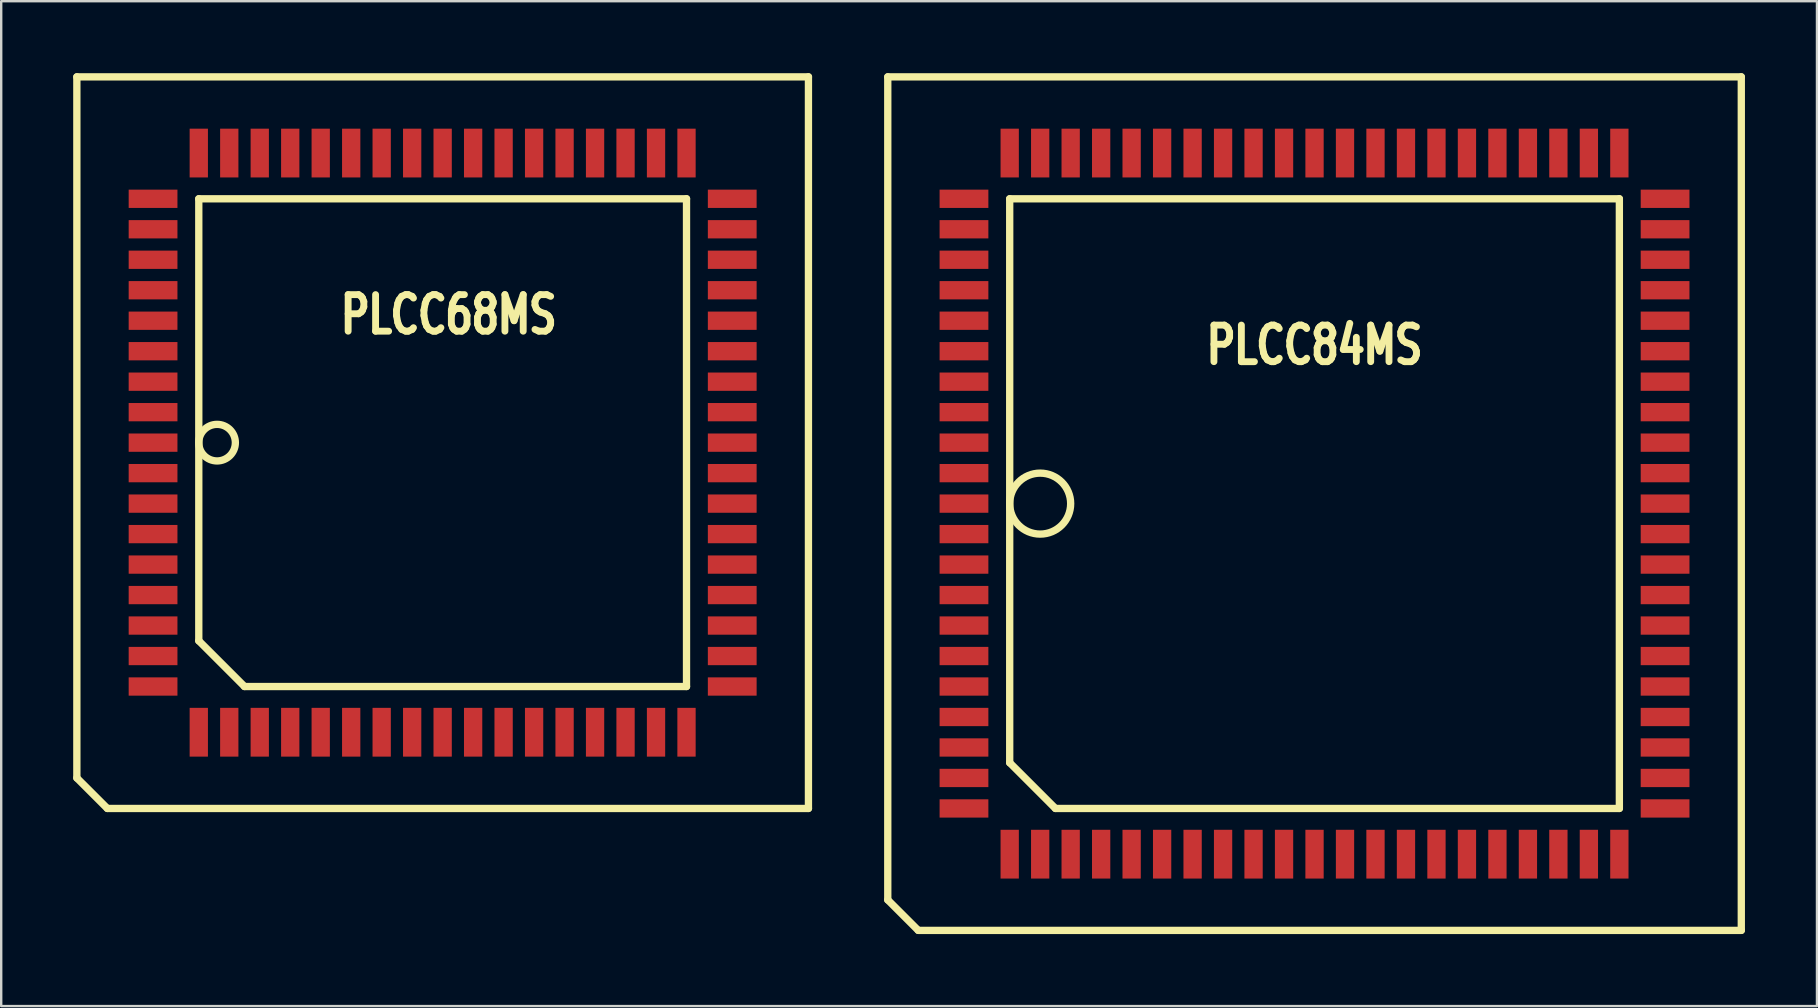
<source format=kicad_pcb>
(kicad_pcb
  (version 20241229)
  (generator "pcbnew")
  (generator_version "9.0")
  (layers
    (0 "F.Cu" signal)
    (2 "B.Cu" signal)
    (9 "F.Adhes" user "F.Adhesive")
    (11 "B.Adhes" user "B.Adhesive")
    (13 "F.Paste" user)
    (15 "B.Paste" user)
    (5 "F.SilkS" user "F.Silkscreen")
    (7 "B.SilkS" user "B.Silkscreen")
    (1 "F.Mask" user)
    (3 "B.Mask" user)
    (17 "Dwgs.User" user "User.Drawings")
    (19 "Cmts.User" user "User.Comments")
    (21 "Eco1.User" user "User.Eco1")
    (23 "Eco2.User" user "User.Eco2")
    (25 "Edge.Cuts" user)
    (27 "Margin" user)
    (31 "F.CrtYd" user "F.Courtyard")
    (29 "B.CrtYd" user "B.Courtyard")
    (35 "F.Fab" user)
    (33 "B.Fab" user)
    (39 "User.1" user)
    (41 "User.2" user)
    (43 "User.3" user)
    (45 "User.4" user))
  (footprint "PLCC68MS"
    (layer "F.Cu")
    (at 15.392 15.392)
    (property "Reference" "PLCC68MS" (at 0.254 -5.334 0) (layer "F.SilkS") (effects (font (size 1.524 1.143) (thickness 0.305))))
    (attr smd)
    (fp_line (start -15.24 -15.24) (end -15.24 13.97) (stroke (width 0.305) (type solid)) (layer "F.SilkS"))
    (fp_line (start -15.24 13.97) (end -13.97 15.24) (stroke (width 0.305) (type solid)) (layer "F.SilkS"))
    (fp_line (start -13.97 15.24) (end 15.24 15.24) (stroke (width 0.305) (type solid)) (layer "F.SilkS"))
    (fp_line (start -10.16 -10.16) (end 10.16 -10.16) (stroke (width 0.305) (type solid)) (layer "F.SilkS"))
    (fp_line (start -10.16 8.255) (end -10.16 -10.16) (stroke (width 0.305) (type solid)) (layer "F.SilkS"))
    (fp_line (start -8.255 10.16) (end -10.16 8.255) (stroke (width 0.305) (type solid)) (layer "F.SilkS"))
    (fp_line (start 10.16 -10.16) (end 10.16 10.16) (stroke (width 0.305) (type solid)) (layer "F.SilkS"))
    (fp_line (start 10.16 10.16) (end -8.255 10.16) (stroke (width 0.305) (type solid)) (layer "F.SilkS"))
    (fp_line (start 15.24 -15.24) (end -15.24 -15.24) (stroke (width 0.305) (type solid)) (layer "F.SilkS"))
    (fp_line (start 15.24 15.24) (end 15.24 -15.24) (stroke (width 0.305) (type solid)) (layer "F.SilkS"))
    (fp_circle (center -9.398 0) (end -10.16 0) (stroke (width 0.305) (type solid)) (fill no) (layer "F.SilkS"))
    (pad "1" smd rect (at -12.065 0) (size 2.032 0.762) (layers "F.Cu" "F.Mask" "F.Paste"))
    (pad "2" smd rect (at -12.065 1.27) (size 2.032 0.762) (layers "F.Cu" "F.Mask" "F.Paste"))
    (pad "3" smd rect (at -12.065 2.54) (size 2.032 0.762) (layers "F.Cu" "F.Mask" "F.Paste"))
    (pad "4" smd rect (at -12.065 3.81) (size 2.032 0.762) (layers "F.Cu" "F.Mask" "F.Paste"))
    (pad "5" smd rect (at -12.065 5.08) (size 2.032 0.762) (layers "F.Cu" "F.Mask" "F.Paste"))
    (pad "6" smd rect (at -12.065 6.35) (size 2.032 0.762) (layers "F.Cu" "F.Mask" "F.Paste"))
    (pad "7" smd rect (at -12.065 7.62) (size 2.032 0.762) (layers "F.Cu" "F.Mask" "F.Paste"))
    (pad "8" smd rect (at -12.065 8.89) (size 2.032 0.762) (layers "F.Cu" "F.Mask" "F.Paste"))
    (pad "9" smd rect (at -12.065 10.16) (size 2.032 0.762) (layers "F.Cu" "F.Mask" "F.Paste"))
    (pad "10" smd rect (at -10.16 12.065) (size 0.762 2.032) (layers "F.Cu" "F.Mask" "F.Paste"))
    (pad "11" smd rect (at -8.89 12.065) (size 0.762 2.032) (layers "F.Cu" "F.Mask" "F.Paste"))
    (pad "12" smd rect (at -7.62 12.065) (size 0.762 2.032) (layers "F.Cu" "F.Mask" "F.Paste"))
    (pad "13" smd rect (at -6.35 12.065) (size 0.762 2.032) (layers "F.Cu" "F.Mask" "F.Paste"))
    (pad "14" smd rect (at -5.08 12.065) (size 0.762 2.032) (layers "F.Cu" "F.Mask" "F.Paste"))
    (pad "15" smd rect (at -3.81 12.065) (size 0.762 2.032) (layers "F.Cu" "F.Mask" "F.Paste"))
    (pad "16" smd rect (at -2.54 12.065) (size 0.762 2.032) (layers "F.Cu" "F.Mask" "F.Paste"))
    (pad "17" smd rect (at -1.27 12.065) (size 0.762 2.032) (layers "F.Cu" "F.Mask" "F.Paste"))
    (pad "18" smd rect (at 0 12.065) (size 0.762 2.032) (layers "F.Cu" "F.Mask" "F.Paste"))
    (pad "19" smd rect (at 1.27 12.065) (size 0.762 2.032) (layers "F.Cu" "F.Mask" "F.Paste"))
    (pad "20" smd rect (at 2.54 12.065) (size 0.762 2.032) (layers "F.Cu" "F.Mask" "F.Paste"))
    (pad "21" smd rect (at 3.81 12.065) (size 0.762 2.032) (layers "F.Cu" "F.Mask" "F.Paste"))
    (pad "22" smd rect (at 5.08 12.065) (size 0.762 2.032) (layers "F.Cu" "F.Mask" "F.Paste"))
    (pad "23" smd rect (at 6.35 12.065) (size 0.762 2.032) (layers "F.Cu" "F.Mask" "F.Paste"))
    (pad "24" smd rect (at 7.62 12.065) (size 0.762 2.032) (layers "F.Cu" "F.Mask" "F.Paste"))
    (pad "25" smd rect (at 8.89 12.065) (size 0.762 2.032) (layers "F.Cu" "F.Mask" "F.Paste"))
    (pad "26" smd rect (at 10.16 12.065) (size 0.762 2.032) (layers "F.Cu" "F.Mask" "F.Paste"))
    (pad "27" smd rect (at 12.065 10.16) (size 2.032 0.762) (layers "F.Cu" "F.Mask" "F.Paste"))
    (pad "28" smd rect (at 12.065 8.89) (size 2.032 0.762) (layers "F.Cu" "F.Mask" "F.Paste"))
    (pad "29" smd rect (at 12.065 7.62) (size 2.032 0.762) (layers "F.Cu" "F.Mask" "F.Paste"))
    (pad "30" smd rect (at 12.065 6.35) (size 2.032 0.762) (layers "F.Cu" "F.Mask" "F.Paste"))
    (pad "31" smd rect (at 12.065 5.08) (size 2.032 0.762) (layers "F.Cu" "F.Mask" "F.Paste"))
    (pad "32" smd rect (at 12.065 3.81) (size 2.032 0.762) (layers "F.Cu" "F.Mask" "F.Paste"))
    (pad "33" smd rect (at 12.065 2.54) (size 2.032 0.762) (layers "F.Cu" "F.Mask" "F.Paste"))
    (pad "34" smd rect (at 12.065 1.27) (size 2.032 0.762) (layers "F.Cu" "F.Mask" "F.Paste"))
    (pad "35" smd rect (at 12.065 0) (size 2.032 0.762) (layers "F.Cu" "F.Mask" "F.Paste"))
    (pad "36" smd rect (at 12.065 -1.27) (size 2.032 0.762) (layers "F.Cu" "F.Mask" "F.Paste"))
    (pad "37" smd rect (at 12.065 -2.54) (size 2.032 0.762) (layers "F.Cu" "F.Mask" "F.Paste"))
    (pad "38" smd rect (at 12.065 -3.81) (size 2.032 0.762) (layers "F.Cu" "F.Mask" "F.Paste"))
    (pad "39" smd rect (at 12.065 -5.08) (size 2.032 0.762) (layers "F.Cu" "F.Mask" "F.Paste"))
    (pad "40" smd rect (at 12.065 -6.35) (size 2.032 0.762) (layers "F.Cu" "F.Mask" "F.Paste"))
    (pad "41" smd rect (at 12.065 -7.62) (size 2.032 0.762) (layers "F.Cu" "F.Mask" "F.Paste"))
    (pad "42" smd rect (at 12.065 -8.89) (size 2.032 0.762) (layers "F.Cu" "F.Mask" "F.Paste"))
    (pad "43" smd rect (at 12.065 -10.16) (size 2.032 0.762) (layers "F.Cu" "F.Mask" "F.Paste"))
    (pad "44" smd rect (at 10.16 -12.065) (size 0.762 2.032) (layers "F.Cu" "F.Mask" "F.Paste"))
    (pad "45" smd rect (at 8.89 -12.065) (size 0.762 2.032) (layers "F.Cu" "F.Mask" "F.Paste"))
    (pad "46" smd rect (at 7.62 -12.065) (size 0.762 2.032) (layers "F.Cu" "F.Mask" "F.Paste"))
    (pad "47" smd rect (at 6.35 -12.065) (size 0.762 2.032) (layers "F.Cu" "F.Mask" "F.Paste"))
    (pad "48" smd rect (at 5.08 -12.065) (size 0.762 2.032) (layers "F.Cu" "F.Mask" "F.Paste"))
    (pad "49" smd rect (at 3.81 -12.065) (size 0.762 2.032) (layers "F.Cu" "F.Mask" "F.Paste"))
    (pad "50" smd rect (at 2.54 -12.065) (size 0.762 2.032) (layers "F.Cu" "F.Mask" "F.Paste"))
    (pad "51" smd rect (at 1.27 -12.065) (size 0.762 2.032) (layers "F.Cu" "F.Mask" "F.Paste"))
    (pad "52" smd rect (at 0 -12.065) (size 0.762 2.032) (layers "F.Cu" "F.Mask" "F.Paste"))
    (pad "53" smd rect (at -1.27 -12.065) (size 0.762 2.032) (layers "F.Cu" "F.Mask" "F.Paste"))
    (pad "54" smd rect (at -2.54 -12.065) (size 0.762 2.032) (layers "F.Cu" "F.Mask" "F.Paste"))
    (pad "55" smd rect (at -3.81 -12.065) (size 0.762 2.032) (layers "F.Cu" "F.Mask" "F.Paste"))
    (pad "56" smd rect (at -5.08 -12.065) (size 0.762 2.032) (layers "F.Cu" "F.Mask" "F.Paste"))
    (pad "57" smd rect (at -6.35 -12.065) (size 0.762 2.032) (layers "F.Cu" "F.Mask" "F.Paste"))
    (pad "58" smd rect (at -7.62 -12.065) (size 0.762 2.032) (layers "F.Cu" "F.Mask" "F.Paste"))
    (pad "59" smd rect (at -8.89 -12.065) (size 0.762 2.032) (layers "F.Cu" "F.Mask" "F.Paste"))
    (pad "60" smd rect (at -10.16 -12.065) (size 0.762 2.032) (layers "F.Cu" "F.Mask" "F.Paste"))
    (pad "61" smd rect (at -12.065 -10.16) (size 2.032 0.762) (layers "F.Cu" "F.Mask" "F.Paste"))
    (pad "62" smd rect (at -12.065 -8.89) (size 2.032 0.762) (layers "F.Cu" "F.Mask" "F.Paste"))
    (pad "63" smd rect (at -12.065 -7.62) (size 2.032 0.762) (layers "F.Cu" "F.Mask" "F.Paste"))
    (pad "64" smd rect (at -12.065 -6.35) (size 2.032 0.762) (layers "F.Cu" "F.Mask" "F.Paste"))
    (pad "65" smd rect (at -12.065 -5.08) (size 2.032 0.762) (layers "F.Cu" "F.Mask" "F.Paste"))
    (pad "66" smd rect (at -12.065 -3.81) (size 2.032 0.762) (layers "F.Cu" "F.Mask" "F.Paste"))
    (pad "67" smd rect (at -12.065 -2.54) (size 2.032 0.762) (layers "F.Cu" "F.Mask" "F.Paste"))
    (pad "68" smd rect (at -12.065 -1.27) (size 2.032 0.762) (layers "F.Cu" "F.Mask" "F.Paste")))
  (footprint "PLCC84MS"
    (layer "F.Cu")
    (at 51.717 17.932)
    (property "Reference" "PLCC84MS" (at 0 -6.604 0) (layer "F.SilkS") (effects (font (size 1.524 1.143) (thickness 0.305))))
    (attr smd)
    (fp_line (start -17.78 -17.78) (end -17.78 16.51) (stroke (width 0.305) (type solid)) (layer "F.SilkS"))
    (fp_line (start -17.78 16.51) (end -16.51 17.78) (stroke (width 0.305) (type solid)) (layer "F.SilkS"))
    (fp_line (start -16.51 17.78) (end 17.78 17.78) (stroke (width 0.305) (type solid)) (layer "F.SilkS"))
    (fp_line (start -12.7 -12.7) (end 12.7 -12.7) (stroke (width 0.305) (type solid)) (layer "F.SilkS"))
    (fp_line (start -12.7 10.795) (end -12.7 -12.7) (stroke (width 0.305) (type solid)) (layer "F.SilkS"))
    (fp_line (start -10.795 12.7) (end -12.7 10.795) (stroke (width 0.305) (type solid)) (layer "F.SilkS"))
    (fp_line (start 12.7 -12.7) (end 12.7 12.7) (stroke (width 0.305) (type solid)) (layer "F.SilkS"))
    (fp_line (start 12.7 12.7) (end -10.795 12.7) (stroke (width 0.305) (type solid)) (layer "F.SilkS"))
    (fp_line (start 17.78 -17.78) (end -17.78 -17.78) (stroke (width 0.305) (type solid)) (layer "F.SilkS"))
    (fp_line (start 17.78 17.78) (end 17.78 -17.78) (stroke (width 0.305) (type solid)) (layer "F.SilkS"))
    (fp_circle (center -11.43 0) (end -12.7 0) (stroke (width 0.305) (type solid)) (fill no) (layer "F.SilkS"))
    (pad "1" smd rect (at -14.605 0) (size 2.032 0.762) (layers "F.Cu" "F.Mask" "F.Paste"))
    (pad "2" smd rect (at -14.605 1.27) (size 2.032 0.762) (layers "F.Cu" "F.Mask" "F.Paste"))
    (pad "3" smd rect (at -14.605 2.54) (size 2.032 0.762) (layers "F.Cu" "F.Mask" "F.Paste"))
    (pad "4" smd rect (at -14.605 3.81) (size 2.032 0.762) (layers "F.Cu" "F.Mask" "F.Paste"))
    (pad "5" smd rect (at -14.605 5.08) (size 2.032 0.762) (layers "F.Cu" "F.Mask" "F.Paste"))
    (pad "6" smd rect (at -14.605 6.35) (size 2.032 0.762) (layers "F.Cu" "F.Mask" "F.Paste"))
    (pad "7" smd rect (at -14.605 7.62) (size 2.032 0.762) (layers "F.Cu" "F.Mask" "F.Paste"))
    (pad "8" smd rect (at -14.605 8.89) (size 2.032 0.762) (layers "F.Cu" "F.Mask" "F.Paste"))
    (pad "9" smd rect (at -14.605 10.16) (size 2.032 0.762) (layers "F.Cu" "F.Mask" "F.Paste"))
    (pad "10" smd rect (at -14.605 11.43) (size 2.032 0.762) (layers "F.Cu" "F.Mask" "F.Paste"))
    (pad "11" smd rect (at -14.605 12.7) (size 2.032 0.762) (layers "F.Cu" "F.Mask" "F.Paste"))
    (pad "12" smd rect (at -12.7 14.605) (size 0.762 2.032) (layers "F.Cu" "F.Mask" "F.Paste"))
    (pad "13" smd rect (at -11.43 14.605) (size 0.762 2.032) (layers "F.Cu" "F.Mask" "F.Paste"))
    (pad "14" smd rect (at -10.16 14.605) (size 0.762 2.032) (layers "F.Cu" "F.Mask" "F.Paste"))
    (pad "15" smd rect (at -8.89 14.605) (size 0.762 2.032) (layers "F.Cu" "F.Mask" "F.Paste"))
    (pad "16" smd rect (at -7.62 14.605) (size 0.762 2.032) (layers "F.Cu" "F.Mask" "F.Paste"))
    (pad "17" smd rect (at -6.35 14.605) (size 0.762 2.032) (layers "F.Cu" "F.Mask" "F.Paste"))
    (pad "18" smd rect (at -5.08 14.605) (size 0.762 2.032) (layers "F.Cu" "F.Mask" "F.Paste"))
    (pad "19" smd rect (at -3.81 14.605) (size 0.762 2.032) (layers "F.Cu" "F.Mask" "F.Paste"))
    (pad "20" smd rect (at -2.54 14.605) (size 0.762 2.032) (layers "F.Cu" "F.Mask" "F.Paste"))
    (pad "21" smd rect (at -1.27 14.605) (size 0.762 2.032) (layers "F.Cu" "F.Mask" "F.Paste"))
    (pad "22" smd rect (at 0 14.605) (size 0.762 2.032) (layers "F.Cu" "F.Mask" "F.Paste"))
    (pad "23" smd rect (at 1.27 14.605) (size 0.762 2.032) (layers "F.Cu" "F.Mask" "F.Paste"))
    (pad "24" smd rect (at 2.54 14.605) (size 0.762 2.032) (layers "F.Cu" "F.Mask" "F.Paste"))
    (pad "25" smd rect (at 3.81 14.605) (size 0.762 2.032) (layers "F.Cu" "F.Mask" "F.Paste"))
    (pad "26" smd rect (at 5.08 14.605) (size 0.762 2.032) (layers "F.Cu" "F.Mask" "F.Paste"))
    (pad "27" smd rect (at 6.35 14.605) (size 0.762 2.032) (layers "F.Cu" "F.Mask" "F.Paste"))
    (pad "28" smd rect (at 7.62 14.605) (size 0.762 2.032) (layers "F.Cu" "F.Mask" "F.Paste"))
    (pad "29" smd rect (at 8.89 14.605) (size 0.762 2.032) (layers "F.Cu" "F.Mask" "F.Paste"))
    (pad "30" smd rect (at 10.16 14.605) (size 0.762 2.032) (layers "F.Cu" "F.Mask" "F.Paste"))
    (pad "31" smd rect (at 11.43 14.605) (size 0.762 2.032) (layers "F.Cu" "F.Mask" "F.Paste"))
    (pad "32" smd rect (at 12.7 14.605) (size 0.762 2.032) (layers "F.Cu" "F.Mask" "F.Paste"))
    (pad "33" smd rect (at 14.605 12.7) (size 2.032 0.762) (layers "F.Cu" "F.Mask" "F.Paste"))
    (pad "34" smd rect (at 14.605 11.43) (size 2.032 0.762) (layers "F.Cu" "F.Mask" "F.Paste"))
    (pad "35" smd rect (at 14.605 10.16) (size 2.032 0.762) (layers "F.Cu" "F.Mask" "F.Paste"))
    (pad "36" smd rect (at 14.605 8.89) (size 2.032 0.762) (layers "F.Cu" "F.Mask" "F.Paste"))
    (pad "37" smd rect (at 14.605 7.62) (size 2.032 0.762) (layers "F.Cu" "F.Mask" "F.Paste"))
    (pad "38" smd rect (at 14.605 6.35) (size 2.032 0.762) (layers "F.Cu" "F.Mask" "F.Paste"))
    (pad "39" smd rect (at 14.605 5.08) (size 2.032 0.762) (layers "F.Cu" "F.Mask" "F.Paste"))
    (pad "40" smd rect (at 14.605 3.81) (size 2.032 0.762) (layers "F.Cu" "F.Mask" "F.Paste"))
    (pad "41" smd rect (at 14.605 2.54) (size 2.032 0.762) (layers "F.Cu" "F.Mask" "F.Paste"))
    (pad "42" smd rect (at 14.605 1.27) (size 2.032 0.762) (layers "F.Cu" "F.Mask" "F.Paste"))
    (pad "43" smd rect (at 14.605 0) (size 2.032 0.762) (layers "F.Cu" "F.Mask" "F.Paste"))
    (pad "44" smd rect (at 14.605 -1.27) (size 2.032 0.762) (layers "F.Cu" "F.Mask" "F.Paste"))
    (pad "45" smd rect (at 14.605 -2.54) (size 2.032 0.762) (layers "F.Cu" "F.Mask" "F.Paste"))
    (pad "46" smd rect (at 14.605 -3.81) (size 2.032 0.762) (layers "F.Cu" "F.Mask" "F.Paste"))
    (pad "47" smd rect (at 14.605 -5.08) (size 2.032 0.762) (layers "F.Cu" "F.Mask" "F.Paste"))
    (pad "48" smd rect (at 14.605 -6.35) (size 2.032 0.762) (layers "F.Cu" "F.Mask" "F.Paste"))
    (pad "49" smd rect (at 14.605 -7.62) (size 2.032 0.762) (layers "F.Cu" "F.Mask" "F.Paste"))
    (pad "50" smd rect (at 14.605 -8.89) (size 2.032 0.762) (layers "F.Cu" "F.Mask" "F.Paste"))
    (pad "51" smd rect (at 14.605 -10.16) (size 2.032 0.762) (layers "F.Cu" "F.Mask" "F.Paste"))
    (pad "52" smd rect (at 14.605 -11.43) (size 2.032 0.762) (layers "F.Cu" "F.Mask" "F.Paste"))
    (pad "53" smd rect (at 14.605 -12.7) (size 2.032 0.762) (layers "F.Cu" "F.Mask" "F.Paste"))
    (pad "54" smd rect (at 12.7 -14.605) (size 0.762 2.032) (layers "F.Cu" "F.Mask" "F.Paste"))
    (pad "55" smd rect (at 11.43 -14.605) (size 0.762 2.032) (layers "F.Cu" "F.Mask" "F.Paste"))
    (pad "56" smd rect (at 10.16 -14.605) (size 0.762 2.032) (layers "F.Cu" "F.Mask" "F.Paste"))
    (pad "57" smd rect (at 8.89 -14.605) (size 0.762 2.032) (layers "F.Cu" "F.Mask" "F.Paste"))
    (pad "58" smd rect (at 7.62 -14.605) (size 0.762 2.032) (layers "F.Cu" "F.Mask" "F.Paste"))
    (pad "59" smd rect (at 6.35 -14.605) (size 0.762 2.032) (layers "F.Cu" "F.Mask" "F.Paste"))
    (pad "60" smd rect (at 5.08 -14.605) (size 0.762 2.032) (layers "F.Cu" "F.Mask" "F.Paste"))
    (pad "61" smd rect (at 3.81 -14.605) (size 0.762 2.032) (layers "F.Cu" "F.Mask" "F.Paste"))
    (pad "62" smd rect (at 2.54 -14.605) (size 0.762 2.032) (layers "F.Cu" "F.Mask" "F.Paste"))
    (pad "63" smd rect (at 1.27 -14.605) (size 0.762 2.032) (layers "F.Cu" "F.Mask" "F.Paste"))
    (pad "64" smd rect (at 0 -14.605) (size 0.762 2.032) (layers "F.Cu" "F.Mask" "F.Paste"))
    (pad "65" smd rect (at -1.27 -14.605) (size 0.762 2.032) (layers "F.Cu" "F.Mask" "F.Paste"))
    (pad "66" smd rect (at -2.54 -14.605) (size 0.762 2.032) (layers "F.Cu" "F.Mask" "F.Paste"))
    (pad "67" smd rect (at -3.81 -14.605) (size 0.762 2.032) (layers "F.Cu" "F.Mask" "F.Paste"))
    (pad "68" smd rect (at -5.08 -14.605) (size 0.762 2.032) (layers "F.Cu" "F.Mask" "F.Paste"))
    (pad "69" smd rect (at -6.35 -14.605) (size 0.762 2.032) (layers "F.Cu" "F.Mask" "F.Paste"))
    (pad "70" smd rect (at -7.62 -14.605) (size 0.762 2.032) (layers "F.Cu" "F.Mask" "F.Paste"))
    (pad "71" smd rect (at -8.89 -14.605) (size 0.762 2.032) (layers "F.Cu" "F.Mask" "F.Paste"))
    (pad "72" smd rect (at -10.16 -14.605) (size 0.762 2.032) (layers "F.Cu" "F.Mask" "F.Paste"))
    (pad "73" smd rect (at -11.43 -14.605) (size 0.762 2.032) (layers "F.Cu" "F.Mask" "F.Paste"))
    (pad "74" smd rect (at -12.7 -14.605) (size 0.762 2.032) (layers "F.Cu" "F.Mask" "F.Paste"))
    (pad "75" smd rect (at -14.605 -12.7) (size 2.032 0.762) (layers "F.Cu" "F.Mask" "F.Paste"))
    (pad "76" smd rect (at -14.605 -11.43) (size 2.032 0.762) (layers "F.Cu" "F.Mask" "F.Paste"))
    (pad "77" smd rect (at -14.605 -10.16) (size 2.032 0.762) (layers "F.Cu" "F.Mask" "F.Paste"))
    (pad "78" smd rect (at -14.605 -8.89) (size 2.032 0.762) (layers "F.Cu" "F.Mask" "F.Paste"))
    (pad "79" smd rect (at -14.605 -7.62) (size 2.032 0.762) (layers "F.Cu" "F.Mask" "F.Paste"))
    (pad "80" smd rect (at -14.605 -6.35) (size 2.032 0.762) (layers "F.Cu" "F.Mask" "F.Paste"))
    (pad "81" smd rect (at -14.605 -5.08) (size 2.032 0.762) (layers "F.Cu" "F.Mask" "F.Paste"))
    (pad "82" smd rect (at -14.605 -3.81) (size 2.032 0.762) (layers "F.Cu" "F.Mask" "F.Paste"))
    (pad "83" smd rect (at -14.605 -2.54) (size 2.032 0.762) (layers "F.Cu" "F.Mask" "F.Paste"))
    (pad "84" smd rect (at -14.605 -1.27) (size 2.032 0.762) (layers "F.Cu" "F.Mask" "F.Paste")))
  (gr_rect
    (start -3 -3)
    (end 72.65 38.865)
    (stroke (width 0.1) (type default))
    (fill no)
    (layer "Edge.Cuts")))
</source>
